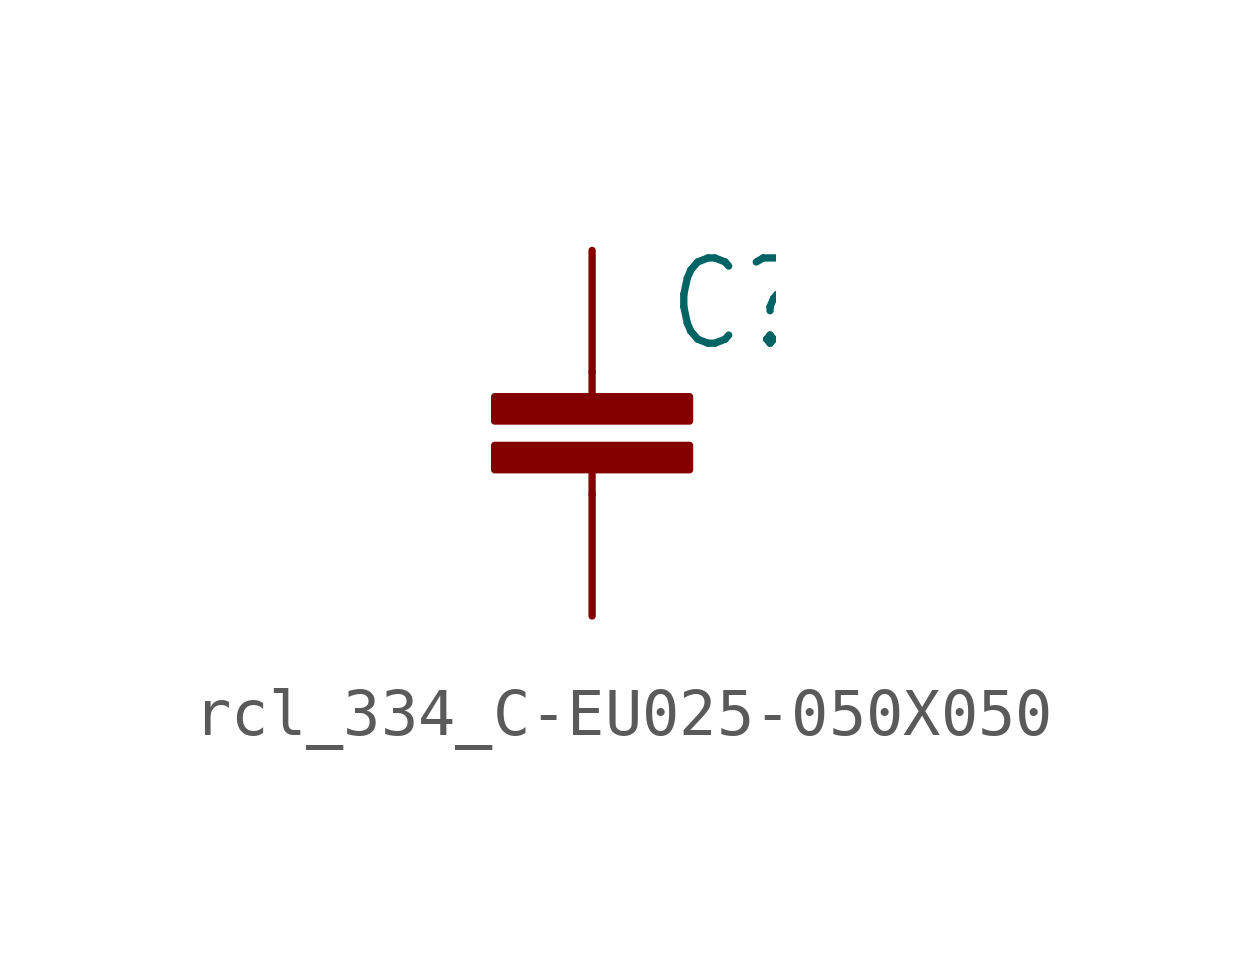
<source format=kicad_sym>
(kicad_symbol_lib
  (version 20241209)
  (generator "kicad_symbol_editor")
  (generator_version "9.0")
  (symbol "rcl_334_C-EU025-050X050"
    (property "Reference" "C"
      (at 1.524 0.381 0)
      (effects (font (size 1.778 1.511)) (justify left bottom)))
    (property "Value" ""
      (at 1.524 -4.699 0)
      (effects (font (size 1.778 1.511)) (justify left bottom)))
    (property "ki_locked" ""
      (at 0 0 0)
      (effects (font (size 1.27 1.27))))
    (symbol "rcl_334_C-EU025-050X050_1_0"
      (rectangle (start -2.032 -1.016) (end 2.032 -0.508) (stroke (width 0) (type default)) (fill (type outline)))
      (rectangle (start -2.032 -2.032) (end 2.032 -1.524) (stroke (width 0) (type default)) (fill (type outline)))
      (polyline (pts (xy 0 0) (xy 0 -0.508)) (stroke (width 0.152) (type solid)) (fill (type none)))
      (polyline (pts (xy 0 -2.54) (xy 0 -2.032)) (stroke (width 0.152) (type solid)) (fill (type none)))
      (pin passive line (at 0 2.54 270) (length 2.54) (name "1" (effects (font (size 0 0)))) (number "1" (effects (font (size 0 0)))))
      (pin passive line (at 0 -5.08 90) (length 2.54) (name "2" (effects (font (size 0 0)))) (number "2" (effects (font (size 0 0))))))))
</source>
